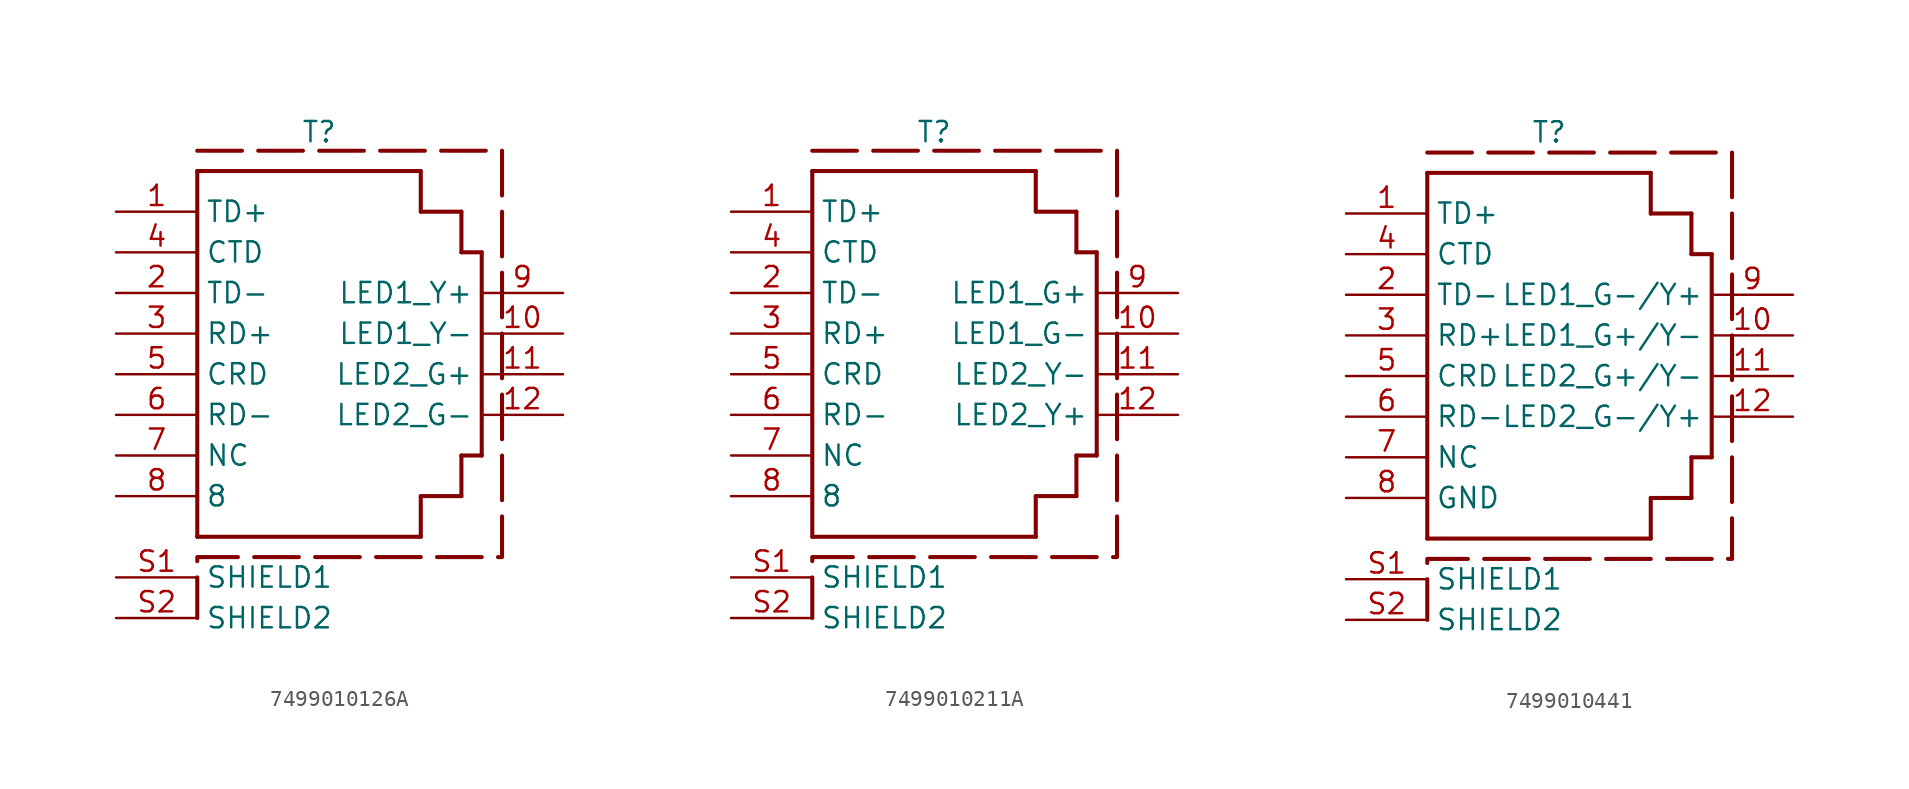
<source format=kicad_sym>
(kicad_symbol_lib
  (version 20220914)
  (generator kicad_symbol_editor)
  (symbol "7499010126A"
    (property "Reference" "T"
      (at 0 15.14 0)
      (effects (font (size 1.27 1.27))))
    (property "Critical Parameter" ""
      (at 0 -5.08 0)
      (effects (font (size 1.27 1.27)) (justify left)))
    (symbol "7499010126A_0_0"
      (polyline (pts (xy -7.62 -10.16) (xy -7.62 12.7)) (stroke (width 0.254) (type default)) (fill (type none)))
      (polyline (pts (xy -7.62 12.7) (xy 6.35 12.7)) (stroke (width 0.254) (type default)) (fill (type none)))
      (polyline (pts (xy 6.35 -10.16) (xy -7.62 -10.16)) (stroke (width 0.254) (type default)) (fill (type none)))
      (polyline (pts (xy 6.35 -10.16) (xy 6.35 -7.62)) (stroke (width 0.254) (type default)) (fill (type none)))
      (polyline (pts (xy 6.35 -7.62) (xy 8.89 -7.62)) (stroke (width 0.254) (type default)) (fill (type none)))
      (polyline (pts (xy 6.35 10.16) (xy 8.89 10.16)) (stroke (width 0.254) (type default)) (fill (type none)))
      (polyline (pts (xy 6.35 12.7) (xy 6.35 10.16)) (stroke (width 0.254) (type default)) (fill (type none)))
      (polyline (pts (xy 8.89 -7.62) (xy 8.89 -5.08)) (stroke (width 0.254) (type default)) (fill (type none)))
      (polyline (pts (xy 8.89 -5.08) (xy 10.16 -5.08)) (stroke (width 0.254) (type default)) (fill (type none)))
      (polyline (pts (xy 8.89 7.62) (xy 10.16 7.62)) (stroke (width 0.254) (type default)) (fill (type none)))
      (polyline (pts (xy 8.89 10.16) (xy 8.89 7.62)) (stroke (width 0.254) (type default)) (fill (type none)))
      (polyline (pts (xy 10.16 7.62) (xy 10.16 -5.08)) (stroke (width 0.254) (type default)) (fill (type none)))
      (pin passive line (at -12.7 10.16 0) (length 5.08) (name "TD+" (effects (font (size 1.27 1.27)))) (number "1" (effects (font (size 1.27 1.27)))))
      (pin passive line (at -12.7 5.08 0) (length 5.08) (name "TD-" (effects (font (size 1.27 1.27)))) (number "2" (effects (font (size 1.27 1.27)))))
      (pin passive line (at -12.7 2.54 0) (length 5.08) (name "RD+" (effects (font (size 1.27 1.27)))) (number "3" (effects (font (size 1.27 1.27)))))
      (pin passive line (at -12.7 7.62 0) (length 5.08) (name "CTD" (effects (font (size 1.27 1.27)))) (number "4" (effects (font (size 1.27 1.27)))))
      (pin passive line (at -12.7 0 0) (length 5.08) (name "CRD" (effects (font (size 1.27 1.27)))) (number "5" (effects (font (size 1.27 1.27)))))
      (pin passive line (at -12.7 -2.54 0) (length 5.08) (name "RD-" (effects (font (size 1.27 1.27)))) (number "6" (effects (font (size 1.27 1.27)))))
      (pin passive line (at -12.7 -5.08 0) (length 5.08) (name "NC" (effects (font (size 1.27 1.27)))) (number "7" (effects (font (size 1.27 1.27)))))
      (pin passive line (at -12.7 -7.62 0) (length 5.08) (name "8" (effects (font (size 1.27 1.27)))) (number "8" (effects (font (size 1.27 1.27)))))
      (pin passive line (at -12.7 -12.7 0) (length 5.08) (name "SHIELD1" (effects (font (size 1.27 1.27)))) (number "S1" (effects (font (size 1.27 1.27)))))
      (pin passive line (at -12.7 -15.24 0) (length 5.08) (name "SHIELD2" (effects (font (size 1.27 1.27)))) (number "S2" (effects (font (size 1.27 1.27))))))
    (symbol "7499010126A_1_0"
      (pin passive line (at 15.24 2.54 180) (length 5.08) (name "LED1_Y-" (effects (font (size 1.27 1.27)))) (number "10" (effects (font (size 1.27 1.27)))))
      (pin passive line (at 15.24 0 180) (length 5.08) (name "LED2_G+" (effects (font (size 1.27 1.27)))) (number "11" (effects (font (size 1.27 1.27)))))
      (pin passive line (at 15.24 -2.54 180) (length 5.08) (name "LED2_G-" (effects (font (size 1.27 1.27)))) (number "12" (effects (font (size 1.27 1.27)))))
      (pin passive line (at 15.24 5.08 180) (length 5.08) (name "LED1_Y+" (effects (font (size 1.27 1.27)))) (number "9" (effects (font (size 1.27 1.27))))))
    (symbol "7499010126A_1_1"
      (polyline (pts (xy -7.62 13.97) (xy 11.43 13.97) (xy 11.43 -11.43) (xy -7.62 -11.43) (xy -7.62 -15.24)) (stroke (width 0.254) (type dash)) (fill (type none)))))
  (symbol "7499010211A"
    (property "Reference" "T"
      (at 0 15.14 0)
      (effects (font (size 1.27 1.27))))
    (property "Critical Parameter" ""
      (at 0 -5.08 0)
      (effects (font (size 1.27 1.27)) (justify left)))
    (symbol "7499010211A_0_0"
      (polyline (pts (xy -7.62 -10.16) (xy -7.62 12.7)) (stroke (width 0.254) (type default)) (fill (type none)))
      (polyline (pts (xy -7.62 12.7) (xy 6.35 12.7)) (stroke (width 0.254) (type default)) (fill (type none)))
      (polyline (pts (xy 6.35 -10.16) (xy -7.62 -10.16)) (stroke (width 0.254) (type default)) (fill (type none)))
      (polyline (pts (xy 6.35 -10.16) (xy 6.35 -7.62)) (stroke (width 0.254) (type default)) (fill (type none)))
      (polyline (pts (xy 6.35 -7.62) (xy 8.89 -7.62)) (stroke (width 0.254) (type default)) (fill (type none)))
      (polyline (pts (xy 6.35 10.16) (xy 8.89 10.16)) (stroke (width 0.254) (type default)) (fill (type none)))
      (polyline (pts (xy 6.35 12.7) (xy 6.35 10.16)) (stroke (width 0.254) (type default)) (fill (type none)))
      (polyline (pts (xy 8.89 -7.62) (xy 8.89 -5.08)) (stroke (width 0.254) (type default)) (fill (type none)))
      (polyline (pts (xy 8.89 -5.08) (xy 10.16 -5.08)) (stroke (width 0.254) (type default)) (fill (type none)))
      (polyline (pts (xy 8.89 7.62) (xy 10.16 7.62)) (stroke (width 0.254) (type default)) (fill (type none)))
      (polyline (pts (xy 8.89 10.16) (xy 8.89 7.62)) (stroke (width 0.254) (type default)) (fill (type none)))
      (polyline (pts (xy 10.16 7.62) (xy 10.16 -5.08)) (stroke (width 0.254) (type default)) (fill (type none)))
      (pin passive line (at -12.7 10.16 0) (length 5.08) (name "TD+" (effects (font (size 1.27 1.27)))) (number "1" (effects (font (size 1.27 1.27)))))
      (pin passive line (at -12.7 5.08 0) (length 5.08) (name "TD-" (effects (font (size 1.27 1.27)))) (number "2" (effects (font (size 1.27 1.27)))))
      (pin passive line (at -12.7 2.54 0) (length 5.08) (name "RD+" (effects (font (size 1.27 1.27)))) (number "3" (effects (font (size 1.27 1.27)))))
      (pin passive line (at -12.7 7.62 0) (length 5.08) (name "CTD" (effects (font (size 1.27 1.27)))) (number "4" (effects (font (size 1.27 1.27)))))
      (pin passive line (at -12.7 0 0) (length 5.08) (name "CRD" (effects (font (size 1.27 1.27)))) (number "5" (effects (font (size 1.27 1.27)))))
      (pin passive line (at -12.7 -2.54 0) (length 5.08) (name "RD-" (effects (font (size 1.27 1.27)))) (number "6" (effects (font (size 1.27 1.27)))))
      (pin passive line (at -12.7 -5.08 0) (length 5.08) (name "NC" (effects (font (size 1.27 1.27)))) (number "7" (effects (font (size 1.27 1.27)))))
      (pin passive line (at -12.7 -7.62 0) (length 5.08) (name "8" (effects (font (size 1.27 1.27)))) (number "8" (effects (font (size 1.27 1.27)))))
      (pin passive line (at -12.7 -12.7 0) (length 5.08) (name "SHIELD1" (effects (font (size 1.27 1.27)))) (number "S1" (effects (font (size 1.27 1.27)))))
      (pin passive line (at -12.7 -15.24 0) (length 5.08) (name "SHIELD2" (effects (font (size 1.27 1.27)))) (number "S2" (effects (font (size 1.27 1.27))))))
    (symbol "7499010211A_1_0"
      (pin passive line (at 15.24 2.54 180) (length 5.08) (name "LED1_G-" (effects (font (size 1.27 1.27)))) (number "10" (effects (font (size 1.27 1.27)))))
      (pin passive line (at 15.24 0 180) (length 5.08) (name "LED2_Y-" (effects (font (size 1.27 1.27)))) (number "11" (effects (font (size 1.27 1.27)))))
      (pin passive line (at 15.24 -2.54 180) (length 5.08) (name "LED2_Y+" (effects (font (size 1.27 1.27)))) (number "12" (effects (font (size 1.27 1.27)))))
      (pin passive line (at 15.24 5.08 180) (length 5.08) (name "LED1_G+" (effects (font (size 1.27 1.27)))) (number "9" (effects (font (size 1.27 1.27))))))
    (symbol "7499010211A_1_1"
      (polyline (pts (xy -7.62 13.97) (xy 11.43 13.97) (xy 11.43 -11.43) (xy -7.62 -11.43) (xy -7.62 -15.24)) (stroke (width 0.254) (type dash)) (fill (type none)))))
  (symbol "7499010441"
    (property "Reference" "T"
      (at 0 15.24 0)
      (effects (font (size 1.27 1.27))))
    (property "Critical Parameter" ""
      (at 0 -5.08 0)
      (effects (font (size 1.27 1.27)) (justify left)))
    (symbol "7499010441_0_0"
      (polyline (pts (xy -7.62 -10.16) (xy -7.62 12.7)) (stroke (width 0.254) (type default)) (fill (type none)))
      (polyline (pts (xy -7.62 12.7) (xy 6.35 12.7)) (stroke (width 0.254) (type default)) (fill (type none)))
      (polyline (pts (xy 6.35 -10.16) (xy -7.62 -10.16)) (stroke (width 0.254) (type default)) (fill (type none)))
      (polyline (pts (xy 6.35 -10.16) (xy 6.35 -7.62)) (stroke (width 0.254) (type default)) (fill (type none)))
      (polyline (pts (xy 6.35 -7.62) (xy 8.89 -7.62)) (stroke (width 0.254) (type default)) (fill (type none)))
      (polyline (pts (xy 6.35 10.16) (xy 8.89 10.16)) (stroke (width 0.254) (type default)) (fill (type none)))
      (polyline (pts (xy 6.35 12.7) (xy 6.35 10.16)) (stroke (width 0.254) (type default)) (fill (type none)))
      (polyline (pts (xy 8.89 -7.62) (xy 8.89 -5.08)) (stroke (width 0.254) (type default)) (fill (type none)))
      (polyline (pts (xy 8.89 -5.08) (xy 10.16 -5.08)) (stroke (width 0.254) (type default)) (fill (type none)))
      (polyline (pts (xy 8.89 7.62) (xy 10.16 7.62)) (stroke (width 0.254) (type default)) (fill (type none)))
      (polyline (pts (xy 8.89 10.16) (xy 8.89 7.62)) (stroke (width 0.254) (type default)) (fill (type none)))
      (polyline (pts (xy 10.16 7.62) (xy 10.16 -5.08)) (stroke (width 0.254) (type default)) (fill (type none)))
      (pin passive line (at -12.7 10.16 0) (length 5.08) (name "TD+" (effects (font (size 1.27 1.27)))) (number "1" (effects (font (size 1.27 1.27)))))
      (pin passive line (at -12.7 5.08 0) (length 5.08) (name "TD-" (effects (font (size 1.27 1.27)))) (number "2" (effects (font (size 1.27 1.27)))))
      (pin passive line (at -12.7 2.54 0) (length 5.08) (name "RD+" (effects (font (size 1.27 1.27)))) (number "3" (effects (font (size 1.27 1.27)))))
      (pin passive line (at -12.7 7.62 0) (length 5.08) (name "CTD" (effects (font (size 1.27 1.27)))) (number "4" (effects (font (size 1.27 1.27)))))
      (pin passive line (at -12.7 0 0) (length 5.08) (name "CRD" (effects (font (size 1.27 1.27)))) (number "5" (effects (font (size 1.27 1.27)))))
      (pin passive line (at -12.7 -2.54 0) (length 5.08) (name "RD-" (effects (font (size 1.27 1.27)))) (number "6" (effects (font (size 1.27 1.27)))))
      (pin passive line (at -12.7 -5.08 0) (length 5.08) (name "NC" (effects (font (size 1.27 1.27)))) (number "7" (effects (font (size 1.27 1.27)))))
      (pin passive line (at -12.7 -7.62 0) (length 5.08) (name "GND" (effects (font (size 1.27 1.27)))) (number "8" (effects (font (size 1.27 1.27)))))
      (pin passive line (at -12.7 -12.7 0) (length 5.08) (name "SHIELD1" (effects (font (size 1.27 1.27)))) (number "S1" (effects (font (size 1.27 1.27)))))
      (pin passive line (at -12.7 -15.24 0) (length 5.08) (name "SHIELD2" (effects (font (size 1.27 1.27)))) (number "S2" (effects (font (size 1.27 1.27))))))
    (symbol "7499010441_1_0"
      (pin passive line (at 15.24 2.54 180) (length 5.08) (name "LED1_G+/Y-" (effects (font (size 1.27 1.27)))) (number "10" (effects (font (size 1.27 1.27)))))
      (pin passive line (at 15.24 0 180) (length 5.08) (name "LED2_G+/Y-" (effects (font (size 1.27 1.27)))) (number "11" (effects (font (size 1.27 1.27)))))
      (pin passive line (at 15.24 -2.54 180) (length 5.08) (name "LED2_G-/Y+" (effects (font (size 1.27 1.27)))) (number "12" (effects (font (size 1.27 1.27)))))
      (pin passive line (at 15.24 5.08 180) (length 5.08) (name "LED1_G-/Y+" (effects (font (size 1.27 1.27)))) (number "9" (effects (font (size 1.27 1.27))))))
    (symbol "7499010441_1_1"
      (polyline (pts (xy -7.62 13.97) (xy 11.43 13.97) (xy 11.43 -11.43) (xy -7.62 -11.43) (xy -7.62 -15.24)) (stroke (width 0.254) (type dash)) (fill (type none))))))
</source>
